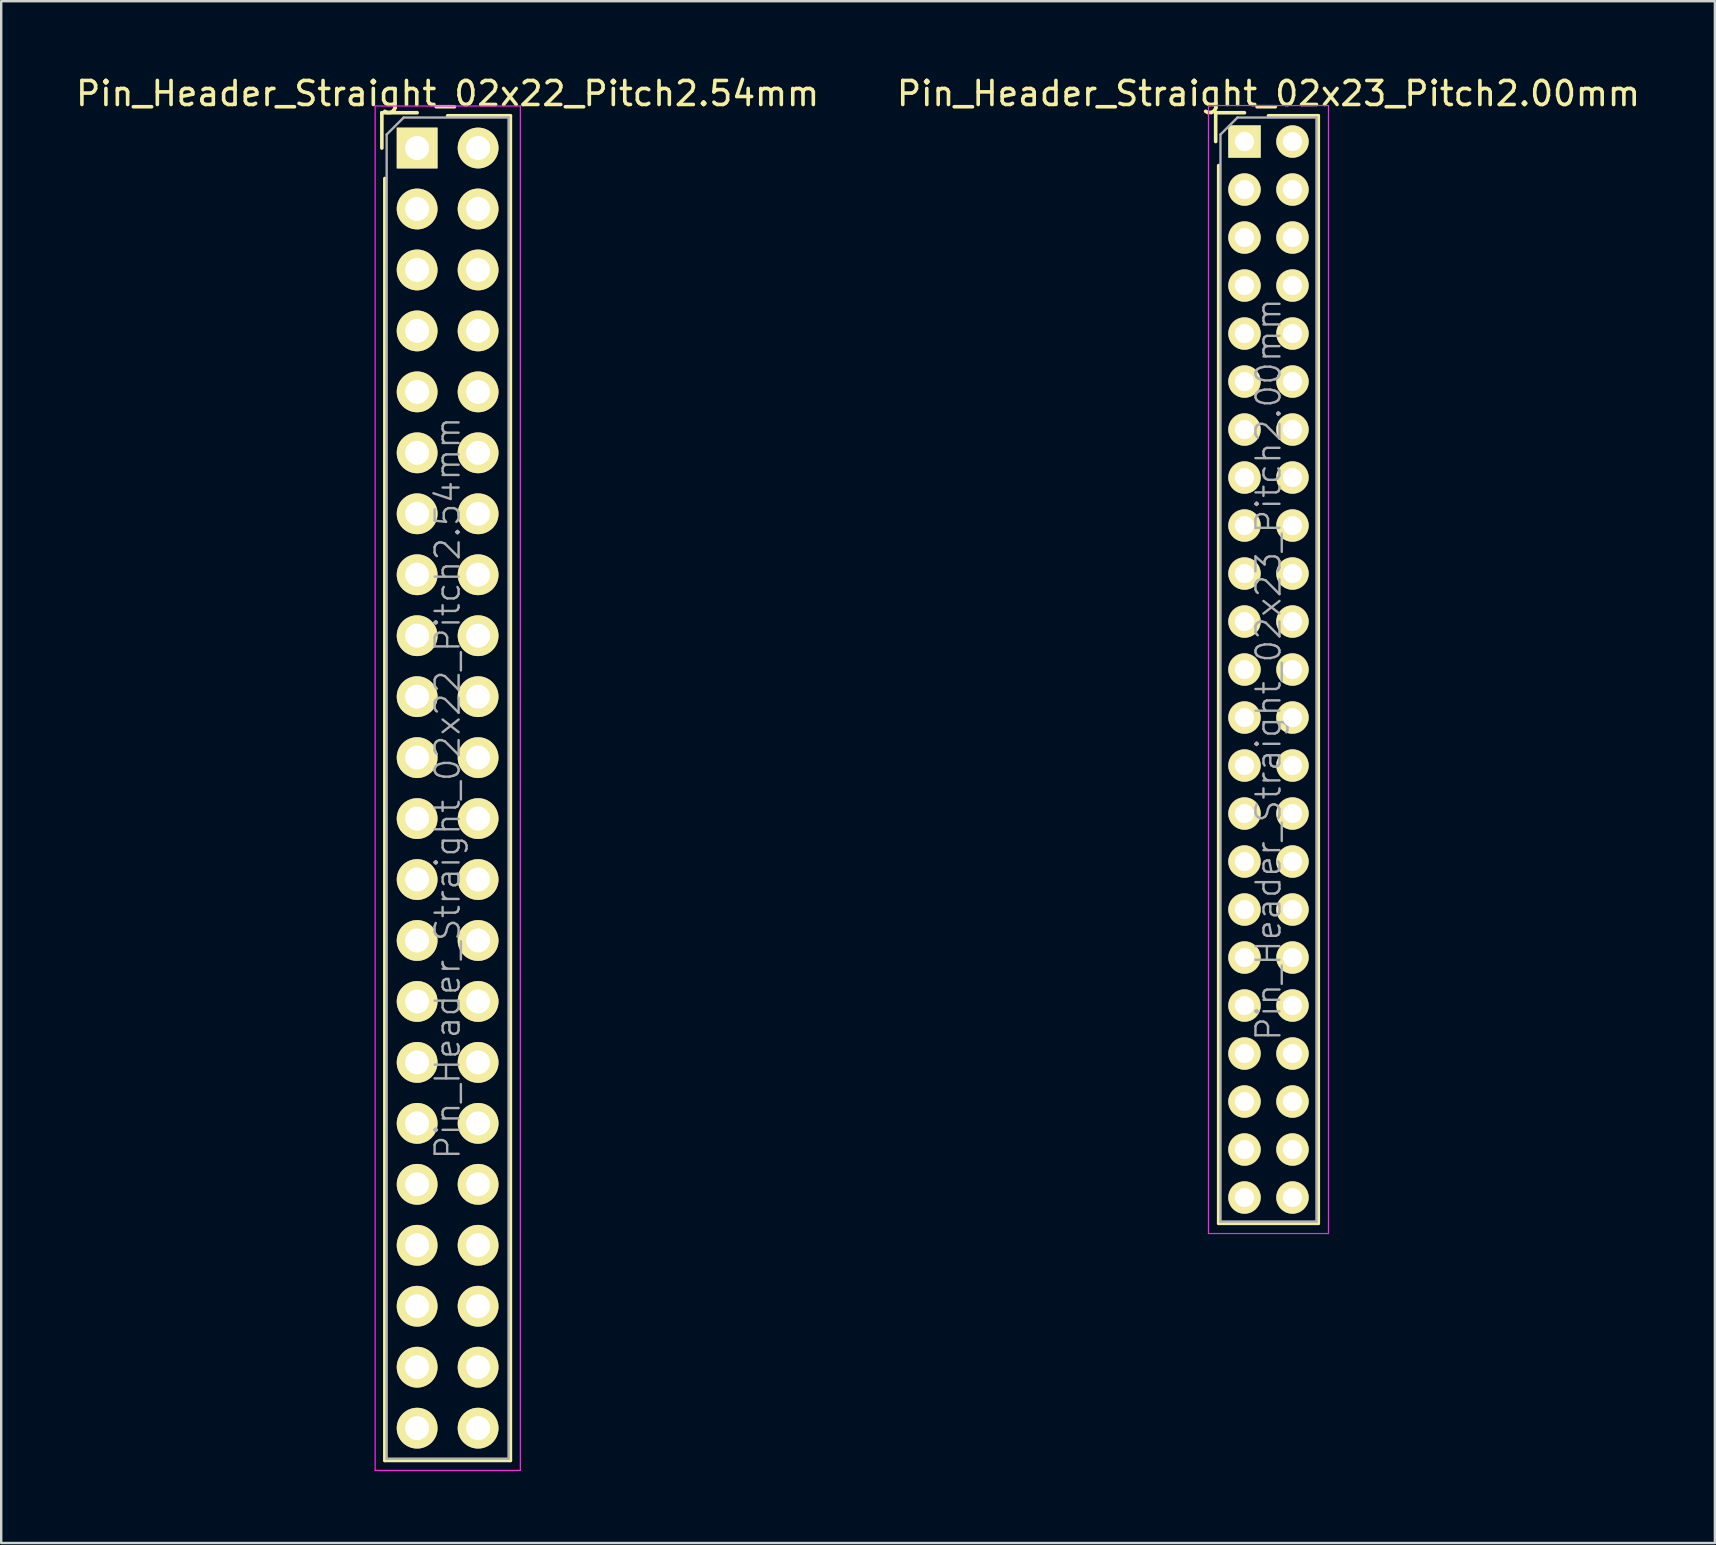
<source format=kicad_pcb>
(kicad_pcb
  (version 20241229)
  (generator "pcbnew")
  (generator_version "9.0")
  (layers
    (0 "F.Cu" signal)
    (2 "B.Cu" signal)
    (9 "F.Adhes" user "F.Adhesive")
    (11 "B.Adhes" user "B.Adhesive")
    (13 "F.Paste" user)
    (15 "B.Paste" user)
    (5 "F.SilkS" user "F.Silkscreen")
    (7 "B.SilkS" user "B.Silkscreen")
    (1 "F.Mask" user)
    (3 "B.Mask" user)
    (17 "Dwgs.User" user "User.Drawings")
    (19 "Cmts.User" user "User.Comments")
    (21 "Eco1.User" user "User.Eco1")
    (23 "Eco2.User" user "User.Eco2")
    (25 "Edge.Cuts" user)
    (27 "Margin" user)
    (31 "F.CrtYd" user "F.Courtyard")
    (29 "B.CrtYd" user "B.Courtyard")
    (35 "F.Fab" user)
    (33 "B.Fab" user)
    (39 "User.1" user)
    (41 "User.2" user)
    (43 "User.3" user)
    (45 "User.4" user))
  (footprint "Pin_Header_Straight_02x23_Pitch2.00mm"
    (layer "F.Cu")
    (at 48.804 2.848)
    (property "Reference" "Pin_Header_Straight_02x23_Pitch2.00mm" (at 1 -2 0) (layer "F.SilkS") (effects (font (size 1 1) (thickness 0.15))))
    (attr smd)
    (fp_line (start -1.2 -1.2) (end -1.2 0) (stroke (width 0.15) (type solid)) (layer "F.SilkS"))
    (fp_line (start -1.2 -1.2) (end 0 -1.2) (stroke (width 0.15) (type solid)) (layer "F.SilkS"))
    (fp_line (start -1.075 1) (end -1.075 45.075) (stroke (width 0.15) (type solid)) (layer "F.SilkS"))
    (fp_line (start -1.075 45.075) (end 3.075 45.075) (stroke (width 0.15) (type solid)) (layer "F.SilkS"))
    (fp_line (start 1 -1.075) (end 3.075 -1.075) (stroke (width 0.15) (type solid)) (layer "F.SilkS"))
    (fp_line (start 3.075 -1.075) (end 3.075 45.075) (stroke (width 0.15) (type solid)) (layer "F.SilkS"))
    (fp_line (start -1.5 -1.5) (end -1.5 45.5) (stroke (width 0.05) (type solid)) (layer "F.CrtYd"))
    (fp_line (start 3.5 -1.5) (end -1.5 -1.5) (stroke (width 0.05) (type solid)) (layer "F.CrtYd"))
    (fp_line (start 3.5 -1.5) (end 3.5 45.5) (stroke (width 0.05) (type solid)) (layer "F.CrtYd"))
    (fp_line (start 3.5 45.5) (end -1.5 45.5) (stroke (width 0.05) (type solid)) (layer "F.CrtYd"))
    (fp_line (start -1 -0.293) (end -0.293 -1) (stroke (width 0.1) (type solid)) (layer "F.Fab"))
    (fp_line (start -1 45) (end -1 -0.293) (stroke (width 0.1) (type solid)) (layer "F.Fab"))
    (fp_line (start 3 -1) (end -0.293 -1) (stroke (width 0.1) (type solid)) (layer "F.Fab"))
    (fp_line (start 3 45) (end -1 45) (stroke (width 0.1) (type solid)) (layer "F.Fab"))
    (fp_line (start 3 45) (end 3 -1) (stroke (width 0.1) (type solid)) (layer "F.Fab"))
    (fp_text user "${REFERENCE}" (at 1 22 90) (layer "F.Fab") (effects (font (size 1 1) (thickness 0.1))))
    (pad "1" thru_hole rect (at 0 0) (size 1.35 1.35) (drill 0.8) (layers "*.Cu" "*.Mask" "F.SilkS"))
    (pad "2" thru_hole oval (at 2 0) (size 1.35 1.35) (drill 0.8) (layers "*.Cu" "*.Mask" "F.SilkS"))
    (pad "3" thru_hole oval (at 0 2) (size 1.35 1.35) (drill 0.8) (layers "*.Cu" "*.Mask" "F.SilkS"))
    (pad "4" thru_hole oval (at 2 2) (size 1.35 1.35) (drill 0.8) (layers "*.Cu" "*.Mask" "F.SilkS"))
    (pad "5" thru_hole oval (at 0 4) (size 1.35 1.35) (drill 0.8) (layers "*.Cu" "*.Mask" "F.SilkS"))
    (pad "6" thru_hole oval (at 2 4) (size 1.35 1.35) (drill 0.8) (layers "*.Cu" "*.Mask" "F.SilkS"))
    (pad "7" thru_hole oval (at 0 6) (size 1.35 1.35) (drill 0.8) (layers "*.Cu" "*.Mask" "F.SilkS"))
    (pad "8" thru_hole oval (at 2 6) (size 1.35 1.35) (drill 0.8) (layers "*.Cu" "*.Mask" "F.SilkS"))
    (pad "9" thru_hole oval (at 0 8) (size 1.35 1.35) (drill 0.8) (layers "*.Cu" "*.Mask" "F.SilkS"))
    (pad "10" thru_hole oval (at 2 8) (size 1.35 1.35) (drill 0.8) (layers "*.Cu" "*.Mask" "F.SilkS"))
    (pad "11" thru_hole oval (at 0 10) (size 1.35 1.35) (drill 0.8) (layers "*.Cu" "*.Mask" "F.SilkS"))
    (pad "12" thru_hole oval (at 2 10) (size 1.35 1.35) (drill 0.8) (layers "*.Cu" "*.Mask" "F.SilkS"))
    (pad "13" thru_hole oval (at 0 12) (size 1.35 1.35) (drill 0.8) (layers "*.Cu" "*.Mask" "F.SilkS"))
    (pad "14" thru_hole oval (at 2 12) (size 1.35 1.35) (drill 0.8) (layers "*.Cu" "*.Mask" "F.SilkS"))
    (pad "15" thru_hole oval (at 0 14) (size 1.35 1.35) (drill 0.8) (layers "*.Cu" "*.Mask" "F.SilkS"))
    (pad "16" thru_hole oval (at 2 14) (size 1.35 1.35) (drill 0.8) (layers "*.Cu" "*.Mask" "F.SilkS"))
    (pad "17" thru_hole oval (at 0 16) (size 1.35 1.35) (drill 0.8) (layers "*.Cu" "*.Mask" "F.SilkS"))
    (pad "18" thru_hole oval (at 2 16) (size 1.35 1.35) (drill 0.8) (layers "*.Cu" "*.Mask" "F.SilkS"))
    (pad "19" thru_hole oval (at 0 18) (size 1.35 1.35) (drill 0.8) (layers "*.Cu" "*.Mask" "F.SilkS"))
    (pad "20" thru_hole oval (at 2 18) (size 1.35 1.35) (drill 0.8) (layers "*.Cu" "*.Mask" "F.SilkS"))
    (pad "21" thru_hole oval (at 0 20) (size 1.35 1.35) (drill 0.8) (layers "*.Cu" "*.Mask" "F.SilkS"))
    (pad "22" thru_hole oval (at 2 20) (size 1.35 1.35) (drill 0.8) (layers "*.Cu" "*.Mask" "F.SilkS"))
    (pad "23" thru_hole oval (at 0 22) (size 1.35 1.35) (drill 0.8) (layers "*.Cu" "*.Mask" "F.SilkS"))
    (pad "24" thru_hole oval (at 2 22) (size 1.35 1.35) (drill 0.8) (layers "*.Cu" "*.Mask" "F.SilkS"))
    (pad "25" thru_hole oval (at 0 24) (size 1.35 1.35) (drill 0.8) (layers "*.Cu" "*.Mask" "F.SilkS"))
    (pad "26" thru_hole oval (at 2 24) (size 1.35 1.35) (drill 0.8) (layers "*.Cu" "*.Mask" "F.SilkS"))
    (pad "27" thru_hole oval (at 0 26) (size 1.35 1.35) (drill 0.8) (layers "*.Cu" "*.Mask" "F.SilkS"))
    (pad "28" thru_hole oval (at 2 26) (size 1.35 1.35) (drill 0.8) (layers "*.Cu" "*.Mask" "F.SilkS"))
    (pad "29" thru_hole oval (at 0 28) (size 1.35 1.35) (drill 0.8) (layers "*.Cu" "*.Mask" "F.SilkS"))
    (pad "30" thru_hole oval (at 2 28) (size 1.35 1.35) (drill 0.8) (layers "*.Cu" "*.Mask" "F.SilkS"))
    (pad "31" thru_hole oval (at 0 30) (size 1.35 1.35) (drill 0.8) (layers "*.Cu" "*.Mask" "F.SilkS"))
    (pad "32" thru_hole oval (at 2 30) (size 1.35 1.35) (drill 0.8) (layers "*.Cu" "*.Mask" "F.SilkS"))
    (pad "33" thru_hole oval (at 0 32) (size 1.35 1.35) (drill 0.8) (layers "*.Cu" "*.Mask" "F.SilkS"))
    (pad "34" thru_hole oval (at 2 32) (size 1.35 1.35) (drill 0.8) (layers "*.Cu" "*.Mask" "F.SilkS"))
    (pad "35" thru_hole oval (at 0 34) (size 1.35 1.35) (drill 0.8) (layers "*.Cu" "*.Mask" "F.SilkS"))
    (pad "36" thru_hole oval (at 2 34) (size 1.35 1.35) (drill 0.8) (layers "*.Cu" "*.Mask" "F.SilkS"))
    (pad "37" thru_hole oval (at 0 36) (size 1.35 1.35) (drill 0.8) (layers "*.Cu" "*.Mask" "F.SilkS"))
    (pad "38" thru_hole oval (at 2 36) (size 1.35 1.35) (drill 0.8) (layers "*.Cu" "*.Mask" "F.SilkS"))
    (pad "39" thru_hole oval (at 0 38) (size 1.35 1.35) (drill 0.8) (layers "*.Cu" "*.Mask" "F.SilkS"))
    (pad "40" thru_hole oval (at 2 38) (size 1.35 1.35) (drill 0.8) (layers "*.Cu" "*.Mask" "F.SilkS"))
    (pad "41" thru_hole oval (at 0 40) (size 1.35 1.35) (drill 0.8) (layers "*.Cu" "*.Mask" "F.SilkS"))
    (pad "42" thru_hole oval (at 2 40) (size 1.35 1.35) (drill 0.8) (layers "*.Cu" "*.Mask" "F.SilkS"))
    (pad "43" thru_hole oval (at 0 42) (size 1.35 1.35) (drill 0.8) (layers "*.Cu" "*.Mask" "F.SilkS"))
    (pad "44" thru_hole oval (at 2 42) (size 1.35 1.35) (drill 0.8) (layers "*.Cu" "*.Mask" "F.SilkS"))
    (pad "45" thru_hole oval (at 0 44) (size 1.35 1.35) (drill 0.8) (layers "*.Cu" "*.Mask" "F.SilkS"))
    (pad "46" thru_hole oval (at 2 44) (size 1.35 1.35) (drill 0.8) (layers "*.Cu" "*.Mask" "F.SilkS")))
  (footprint "Pin_Header_Straight_02x22_Pitch2.54mm"
    (layer "F.Cu")
    (at 14.331 3.118)
    (property "Reference" "Pin_Header_Straight_02x22_Pitch2.54mm" (at 1.27 -2.27 0) (layer "F.SilkS") (effects (font (size 1 1) (thickness 0.15))))
    (attr smd)
    (fp_line (start -1.47 -1.47) (end -1.47 0) (stroke (width 0.15) (type solid)) (layer "F.SilkS"))
    (fp_line (start -1.47 -1.47) (end 0 -1.47) (stroke (width 0.15) (type solid)) (layer "F.SilkS"))
    (fp_line (start -1.345 1.27) (end -1.345 54.685) (stroke (width 0.15) (type solid)) (layer "F.SilkS"))
    (fp_line (start -1.345 54.685) (end 3.885 54.685) (stroke (width 0.15) (type solid)) (layer "F.SilkS"))
    (fp_line (start 1.27 -1.345) (end 3.885 -1.345) (stroke (width 0.15) (type solid)) (layer "F.SilkS"))
    (fp_line (start 3.885 -1.345) (end 3.885 54.685) (stroke (width 0.15) (type solid)) (layer "F.SilkS"))
    (fp_line (start -1.75 -1.75) (end -1.75 55.1) (stroke (width 0.05) (type solid)) (layer "F.CrtYd"))
    (fp_line (start 4.3 -1.75) (end -1.75 -1.75) (stroke (width 0.05) (type solid)) (layer "F.CrtYd"))
    (fp_line (start 4.3 -1.75) (end 4.3 55.1) (stroke (width 0.05) (type solid)) (layer "F.CrtYd"))
    (fp_line (start 4.3 55.1) (end -1.75 55.1) (stroke (width 0.05) (type solid)) (layer "F.CrtYd"))
    (fp_line (start -1.27 -0.563) (end -0.563 -1.27) (stroke (width 0.1) (type solid)) (layer "F.Fab"))
    (fp_line (start -1.27 54.61) (end -1.27 -0.563) (stroke (width 0.1) (type solid)) (layer "F.Fab"))
    (fp_line (start 3.81 -1.27) (end -0.563 -1.27) (stroke (width 0.1) (type solid)) (layer "F.Fab"))
    (fp_line (start 3.81 54.61) (end -1.27 54.61) (stroke (width 0.1) (type solid)) (layer "F.Fab"))
    (fp_line (start 3.81 54.61) (end 3.81 -1.27) (stroke (width 0.1) (type solid)) (layer "F.Fab"))
    (fp_text user "${REFERENCE}" (at 1.27 26.67 90) (layer "F.Fab") (effects (font (size 1 1) (thickness 0.1))))
    (pad "1" thru_hole rect (at 0 0) (size 1.7 1.7) (drill 1) (layers "*.Cu" "*.Mask" "F.SilkS"))
    (pad "2" thru_hole oval (at 2.54 0) (size 1.7 1.7) (drill 1) (layers "*.Cu" "*.Mask" "F.SilkS"))
    (pad "3" thru_hole oval (at 0 2.54) (size 1.7 1.7) (drill 1) (layers "*.Cu" "*.Mask" "F.SilkS"))
    (pad "4" thru_hole oval (at 2.54 2.54) (size 1.7 1.7) (drill 1) (layers "*.Cu" "*.Mask" "F.SilkS"))
    (pad "5" thru_hole oval (at 0 5.08) (size 1.7 1.7) (drill 1) (layers "*.Cu" "*.Mask" "F.SilkS"))
    (pad "6" thru_hole oval (at 2.54 5.08) (size 1.7 1.7) (drill 1) (layers "*.Cu" "*.Mask" "F.SilkS"))
    (pad "7" thru_hole oval (at 0 7.62) (size 1.7 1.7) (drill 1) (layers "*.Cu" "*.Mask" "F.SilkS"))
    (pad "8" thru_hole oval (at 2.54 7.62) (size 1.7 1.7) (drill 1) (layers "*.Cu" "*.Mask" "F.SilkS"))
    (pad "9" thru_hole oval (at 0 10.16) (size 1.7 1.7) (drill 1) (layers "*.Cu" "*.Mask" "F.SilkS"))
    (pad "10" thru_hole oval (at 2.54 10.16) (size 1.7 1.7) (drill 1) (layers "*.Cu" "*.Mask" "F.SilkS"))
    (pad "11" thru_hole oval (at 0 12.7) (size 1.7 1.7) (drill 1) (layers "*.Cu" "*.Mask" "F.SilkS"))
    (pad "12" thru_hole oval (at 2.54 12.7) (size 1.7 1.7) (drill 1) (layers "*.Cu" "*.Mask" "F.SilkS"))
    (pad "13" thru_hole oval (at 0 15.24) (size 1.7 1.7) (drill 1) (layers "*.Cu" "*.Mask" "F.SilkS"))
    (pad "14" thru_hole oval (at 2.54 15.24) (size 1.7 1.7) (drill 1) (layers "*.Cu" "*.Mask" "F.SilkS"))
    (pad "15" thru_hole oval (at 0 17.78) (size 1.7 1.7) (drill 1) (layers "*.Cu" "*.Mask" "F.SilkS"))
    (pad "16" thru_hole oval (at 2.54 17.78) (size 1.7 1.7) (drill 1) (layers "*.Cu" "*.Mask" "F.SilkS"))
    (pad "17" thru_hole oval (at 0 20.32) (size 1.7 1.7) (drill 1) (layers "*.Cu" "*.Mask" "F.SilkS"))
    (pad "18" thru_hole oval (at 2.54 20.32) (size 1.7 1.7) (drill 1) (layers "*.Cu" "*.Mask" "F.SilkS"))
    (pad "19" thru_hole oval (at 0 22.86) (size 1.7 1.7) (drill 1) (layers "*.Cu" "*.Mask" "F.SilkS"))
    (pad "20" thru_hole oval (at 2.54 22.86) (size 1.7 1.7) (drill 1) (layers "*.Cu" "*.Mask" "F.SilkS"))
    (pad "21" thru_hole oval (at 0 25.4) (size 1.7 1.7) (drill 1) (layers "*.Cu" "*.Mask" "F.SilkS"))
    (pad "22" thru_hole oval (at 2.54 25.4) (size 1.7 1.7) (drill 1) (layers "*.Cu" "*.Mask" "F.SilkS"))
    (pad "23" thru_hole oval (at 0 27.94) (size 1.7 1.7) (drill 1) (layers "*.Cu" "*.Mask" "F.SilkS"))
    (pad "24" thru_hole oval (at 2.54 27.94) (size 1.7 1.7) (drill 1) (layers "*.Cu" "*.Mask" "F.SilkS"))
    (pad "25" thru_hole oval (at 0 30.48) (size 1.7 1.7) (drill 1) (layers "*.Cu" "*.Mask" "F.SilkS"))
    (pad "26" thru_hole oval (at 2.54 30.48) (size 1.7 1.7) (drill 1) (layers "*.Cu" "*.Mask" "F.SilkS"))
    (pad "27" thru_hole oval (at 0 33.02) (size 1.7 1.7) (drill 1) (layers "*.Cu" "*.Mask" "F.SilkS"))
    (pad "28" thru_hole oval (at 2.54 33.02) (size 1.7 1.7) (drill 1) (layers "*.Cu" "*.Mask" "F.SilkS"))
    (pad "29" thru_hole oval (at 0 35.56) (size 1.7 1.7) (drill 1) (layers "*.Cu" "*.Mask" "F.SilkS"))
    (pad "30" thru_hole oval (at 2.54 35.56) (size 1.7 1.7) (drill 1) (layers "*.Cu" "*.Mask" "F.SilkS"))
    (pad "31" thru_hole oval (at 0 38.1) (size 1.7 1.7) (drill 1) (layers "*.Cu" "*.Mask" "F.SilkS"))
    (pad "32" thru_hole oval (at 2.54 38.1) (size 1.7 1.7) (drill 1) (layers "*.Cu" "*.Mask" "F.SilkS"))
    (pad "33" thru_hole oval (at 0 40.64) (size 1.7 1.7) (drill 1) (layers "*.Cu" "*.Mask" "F.SilkS"))
    (pad "34" thru_hole oval (at 2.54 40.64) (size 1.7 1.7) (drill 1) (layers "*.Cu" "*.Mask" "F.SilkS"))
    (pad "35" thru_hole oval (at 0 43.18) (size 1.7 1.7) (drill 1) (layers "*.Cu" "*.Mask" "F.SilkS"))
    (pad "36" thru_hole oval (at 2.54 43.18) (size 1.7 1.7) (drill 1) (layers "*.Cu" "*.Mask" "F.SilkS"))
    (pad "37" thru_hole oval (at 0 45.72) (size 1.7 1.7) (drill 1) (layers "*.Cu" "*.Mask" "F.SilkS"))
    (pad "38" thru_hole oval (at 2.54 45.72) (size 1.7 1.7) (drill 1) (layers "*.Cu" "*.Mask" "F.SilkS"))
    (pad "39" thru_hole oval (at 0 48.26) (size 1.7 1.7) (drill 1) (layers "*.Cu" "*.Mask" "F.SilkS"))
    (pad "40" thru_hole oval (at 2.54 48.26) (size 1.7 1.7) (drill 1) (layers "*.Cu" "*.Mask" "F.SilkS"))
    (pad "41" thru_hole oval (at 0 50.8) (size 1.7 1.7) (drill 1) (layers "*.Cu" "*.Mask" "F.SilkS"))
    (pad "42" thru_hole oval (at 2.54 50.8) (size 1.7 1.7) (drill 1) (layers "*.Cu" "*.Mask" "F.SilkS"))
    (pad "43" thru_hole oval (at 0 53.34) (size 1.7 1.7) (drill 1) (layers "*.Cu" "*.Mask" "F.SilkS"))
    (pad "44" thru_hole oval (at 2.54 53.34) (size 1.7 1.7) (drill 1) (layers "*.Cu" "*.Mask" "F.SilkS")))
  (gr_rect
    (start -3 -3)
    (end 68.405 61.243)
    (stroke (width 0.1) (type default))
    (fill no)
    (layer "Edge.Cuts")))
</source>
